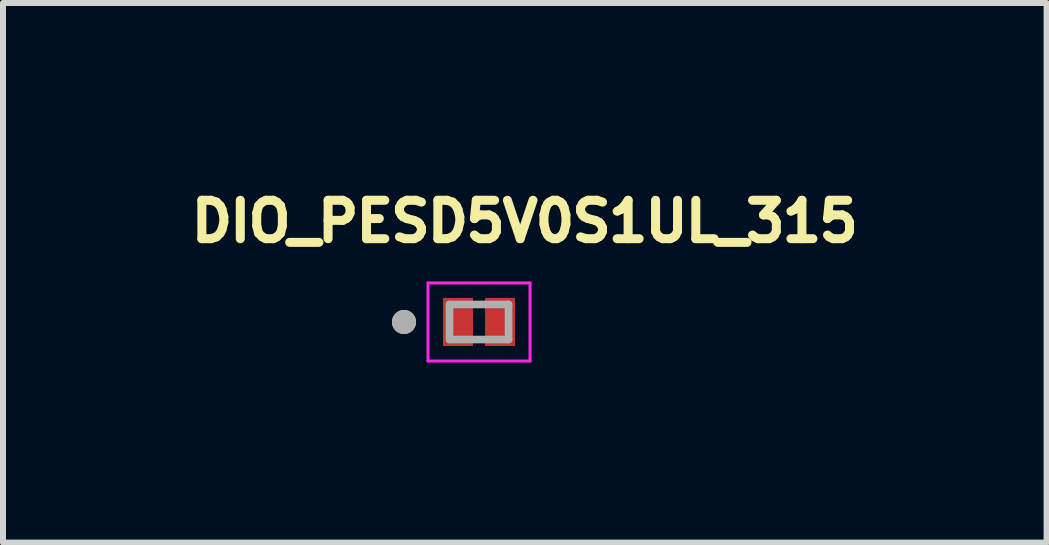
<source format=kicad_pcb>
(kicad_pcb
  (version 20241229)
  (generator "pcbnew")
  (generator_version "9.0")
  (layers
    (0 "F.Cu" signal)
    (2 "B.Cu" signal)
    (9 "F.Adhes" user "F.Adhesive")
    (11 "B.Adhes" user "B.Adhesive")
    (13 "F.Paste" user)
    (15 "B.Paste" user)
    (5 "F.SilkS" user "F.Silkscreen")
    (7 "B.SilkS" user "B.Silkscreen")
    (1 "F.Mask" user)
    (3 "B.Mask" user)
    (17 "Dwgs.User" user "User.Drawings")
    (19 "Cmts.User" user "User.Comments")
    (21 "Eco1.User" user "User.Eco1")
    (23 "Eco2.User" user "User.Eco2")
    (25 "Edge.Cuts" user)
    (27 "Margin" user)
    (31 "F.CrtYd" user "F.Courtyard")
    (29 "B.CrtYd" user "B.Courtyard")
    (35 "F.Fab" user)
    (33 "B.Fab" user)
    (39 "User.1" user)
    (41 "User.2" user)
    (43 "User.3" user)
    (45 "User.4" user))
  (footprint "DIO_PESD5V0S1UL_315"
    (layer "F.Cu")
    (at 4.93 2.314)
    (property "Reference" "DIO_PESD5V0S1UL_315" (at 0.762 -1.676 180) (layer "F.SilkS") (effects (font (size 0.64 0.64) (thickness 0.15))))
    (attr smd)
    (fp_poly (pts (xy -0.15 -0.3) (xy -0.15 0.3) (xy -0.15 0.303) (xy -0.15 0.305) (xy -0.151 0.308) (xy -0.151 0.31) (xy -0.152 0.313) (xy -0.152 0.315) (xy -0.153 0.318) (xy -0.154 0.32) (xy -0.155 0.323) (xy -0.157 0.325) (xy -0.158 0.327) (xy -0.16 0.329) (xy -0.161 0.331) (xy -0.163 0.333) (xy -0.165 0.335) (xy -0.167 0.337) (xy -0.169 0.339) (xy -0.171 0.34) (xy -0.173 0.342) (xy -0.175 0.343) (xy -0.177 0.345) (xy -0.18 0.346) (xy -0.182 0.347) (xy -0.185 0.348) (xy -0.187 0.348) (xy -0.19 0.349) (xy -0.192 0.349) (xy -0.195 0.35) (xy -0.197 0.35) (xy -0.2 0.35) (xy -0.5 0.35) (xy -0.503 0.35) (xy -0.505 0.35) (xy -0.508 0.349) (xy -0.51 0.349) (xy -0.513 0.348) (xy -0.515 0.348) (xy -0.518 0.347) (xy -0.52 0.346) (xy -0.523 0.345) (xy -0.525 0.343) (xy -0.527 0.342) (xy -0.529 0.34) (xy -0.531 0.339) (xy -0.533 0.337) (xy -0.535 0.335) (xy -0.537 0.333) (xy -0.539 0.331) (xy -0.54 0.329) (xy -0.542 0.327) (xy -0.543 0.325) (xy -0.545 0.323) (xy -0.546 0.32) (xy -0.547 0.318) (xy -0.548 0.315) (xy -0.548 0.313) (xy -0.549 0.31) (xy -0.549 0.308) (xy -0.55 0.305) (xy -0.55 0.303) (xy -0.55 0.3) (xy -0.55 -0.3) (xy -0.55 -0.303) (xy -0.55 -0.305) (xy -0.549 -0.308) (xy -0.549 -0.31) (xy -0.548 -0.313) (xy -0.548 -0.315) (xy -0.547 -0.318) (xy -0.546 -0.32) (xy -0.545 -0.323) (xy -0.543 -0.325) (xy -0.542 -0.327) (xy -0.54 -0.329) (xy -0.539 -0.331) (xy -0.537 -0.333) (xy -0.535 -0.335) (xy -0.533 -0.337) (xy -0.531 -0.339) (xy -0.529 -0.34) (xy -0.527 -0.342) (xy -0.525 -0.343) (xy -0.523 -0.345) (xy -0.52 -0.346) (xy -0.518 -0.347) (xy -0.515 -0.348) (xy -0.513 -0.348) (xy -0.51 -0.349) (xy -0.508 -0.349) (xy -0.505 -0.35) (xy -0.503 -0.35) (xy -0.5 -0.35) (xy -0.2 -0.35) (xy -0.197 -0.35) (xy -0.195 -0.35) (xy -0.192 -0.349) (xy -0.19 -0.349) (xy -0.187 -0.348) (xy -0.185 -0.348) (xy -0.182 -0.347) (xy -0.18 -0.346) (xy -0.177 -0.345) (xy -0.175 -0.343) (xy -0.173 -0.342) (xy -0.171 -0.34) (xy -0.169 -0.339) (xy -0.167 -0.337) (xy -0.165 -0.335) (xy -0.163 -0.333) (xy -0.161 -0.331) (xy -0.16 -0.329) (xy -0.158 -0.327) (xy -0.157 -0.325) (xy -0.155 -0.323) (xy -0.154 -0.32) (xy -0.153 -0.318) (xy -0.152 -0.315) (xy -0.152 -0.313) (xy -0.151 -0.31) (xy -0.151 -0.308) (xy -0.15 -0.305) (xy -0.15 -0.303) (xy -0.15 -0.3)) (stroke (width 0.01) (type solid)) (fill yes) (layer "F.Mask"))
    (fp_poly (pts (xy 0.55 -0.3) (xy 0.55 0.3) (xy 0.55 0.303) (xy 0.55 0.305) (xy 0.549 0.308) (xy 0.549 0.31) (xy 0.548 0.313) (xy 0.548 0.315) (xy 0.547 0.318) (xy 0.546 0.32) (xy 0.545 0.323) (xy 0.543 0.325) (xy 0.542 0.327) (xy 0.54 0.329) (xy 0.539 0.331) (xy 0.537 0.333) (xy 0.535 0.335) (xy 0.533 0.337) (xy 0.531 0.339) (xy 0.529 0.34) (xy 0.527 0.342) (xy 0.525 0.343) (xy 0.523 0.345) (xy 0.52 0.346) (xy 0.518 0.347) (xy 0.515 0.348) (xy 0.513 0.348) (xy 0.51 0.349) (xy 0.508 0.349) (xy 0.505 0.35) (xy 0.503 0.35) (xy 0.5 0.35) (xy 0.2 0.35) (xy 0.197 0.35) (xy 0.195 0.35) (xy 0.192 0.349) (xy 0.19 0.349) (xy 0.187 0.348) (xy 0.185 0.348) (xy 0.182 0.347) (xy 0.18 0.346) (xy 0.177 0.345) (xy 0.175 0.343) (xy 0.173 0.342) (xy 0.171 0.34) (xy 0.169 0.339) (xy 0.167 0.337) (xy 0.165 0.335) (xy 0.163 0.333) (xy 0.161 0.331) (xy 0.16 0.329) (xy 0.158 0.327) (xy 0.157 0.325) (xy 0.155 0.323) (xy 0.154 0.32) (xy 0.153 0.318) (xy 0.152 0.315) (xy 0.152 0.313) (xy 0.151 0.31) (xy 0.151 0.308) (xy 0.15 0.305) (xy 0.15 0.303) (xy 0.15 0.3) (xy 0.15 -0.3) (xy 0.15 -0.303) (xy 0.15 -0.305) (xy 0.151 -0.308) (xy 0.151 -0.31) (xy 0.152 -0.313) (xy 0.152 -0.315) (xy 0.153 -0.318) (xy 0.154 -0.32) (xy 0.155 -0.323) (xy 0.157 -0.325) (xy 0.158 -0.327) (xy 0.16 -0.329) (xy 0.161 -0.331) (xy 0.163 -0.333) (xy 0.165 -0.335) (xy 0.167 -0.337) (xy 0.169 -0.339) (xy 0.171 -0.34) (xy 0.173 -0.342) (xy 0.175 -0.343) (xy 0.177 -0.345) (xy 0.18 -0.346) (xy 0.182 -0.347) (xy 0.185 -0.348) (xy 0.187 -0.348) (xy 0.19 -0.349) (xy 0.192 -0.349) (xy 0.195 -0.35) (xy 0.197 -0.35) (xy 0.2 -0.35) (xy 0.5 -0.35) (xy 0.503 -0.35) (xy 0.505 -0.35) (xy 0.508 -0.349) (xy 0.51 -0.349) (xy 0.513 -0.348) (xy 0.515 -0.348) (xy 0.518 -0.347) (xy 0.52 -0.346) (xy 0.523 -0.345) (xy 0.525 -0.343) (xy 0.527 -0.342) (xy 0.529 -0.34) (xy 0.531 -0.339) (xy 0.533 -0.337) (xy 0.535 -0.335) (xy 0.537 -0.333) (xy 0.539 -0.331) (xy 0.54 -0.329) (xy 0.542 -0.327) (xy 0.543 -0.325) (xy 0.545 -0.323) (xy 0.546 -0.32) (xy 0.547 -0.318) (xy 0.548 -0.315) (xy 0.548 -0.313) (xy 0.549 -0.31) (xy 0.549 -0.308) (xy 0.55 -0.305) (xy 0.55 -0.303) (xy 0.55 -0.3)) (stroke (width 0.01) (type solid)) (fill yes) (layer "F.Mask"))
    (fp_circle (center -1.25 0) (end -1.15 0) (stroke (width 0.2) (type solid)) (fill no) (layer "F.SilkS"))
    (fp_poly (pts (xy -0.5 -0.3) (xy -0.2 -0.3) (xy -0.2 0.3) (xy -0.5 0.3)) (stroke (width 0.01) (type solid)) (fill yes) (layer "F.Paste"))
    (fp_poly (pts (xy 0.2 -0.3) (xy 0.5 -0.3) (xy 0.5 0.3) (xy 0.2 0.3)) (stroke (width 0.01) (type solid)) (fill yes) (layer "F.Paste"))
    (fp_line (start -0.85 -0.65) (end 0.85 -0.65) (stroke (width 0.05) (type solid)) (layer "F.CrtYd"))
    (fp_line (start -0.85 0.65) (end -0.85 -0.65) (stroke (width 0.05) (type solid)) (layer "F.CrtYd"))
    (fp_line (start 0.85 -0.65) (end 0.85 0.65) (stroke (width 0.05) (type solid)) (layer "F.CrtYd"))
    (fp_line (start 0.85 0.65) (end -0.85 0.65) (stroke (width 0.05) (type solid)) (layer "F.CrtYd"))
    (fp_line (start -0.492 -0.292) (end 0.492 -0.292) (stroke (width 0.127) (type solid)) (layer "F.Fab"))
    (fp_line (start -0.492 0.292) (end -0.492 -0.292) (stroke (width 0.127) (type solid)) (layer "F.Fab"))
    (fp_line (start 0.492 -0.292) (end 0.492 0.292) (stroke (width 0.127) (type solid)) (layer "F.Fab"))
    (fp_line (start 0.492 0.292) (end -0.492 0.292) (stroke (width 0.127) (type solid)) (layer "F.Fab"))
    (fp_circle (center -1.25 0) (end -1.15 0) (stroke (width 0.2) (type solid)) (fill no) (layer "F.Fab"))
    (pad "A" smd rect (at 0.35 0) (size 0.5 0.8) (layers "F.Cu"))
    (pad "K" smd rect (at -0.35 0) (size 0.5 0.8) (layers "F.Cu")))
  (gr_rect
    (start -3 -3)
    (end 14.385 5.989)
    (stroke (width 0.1) (type default))
    (fill no)
    (layer "Edge.Cuts")))
</source>
